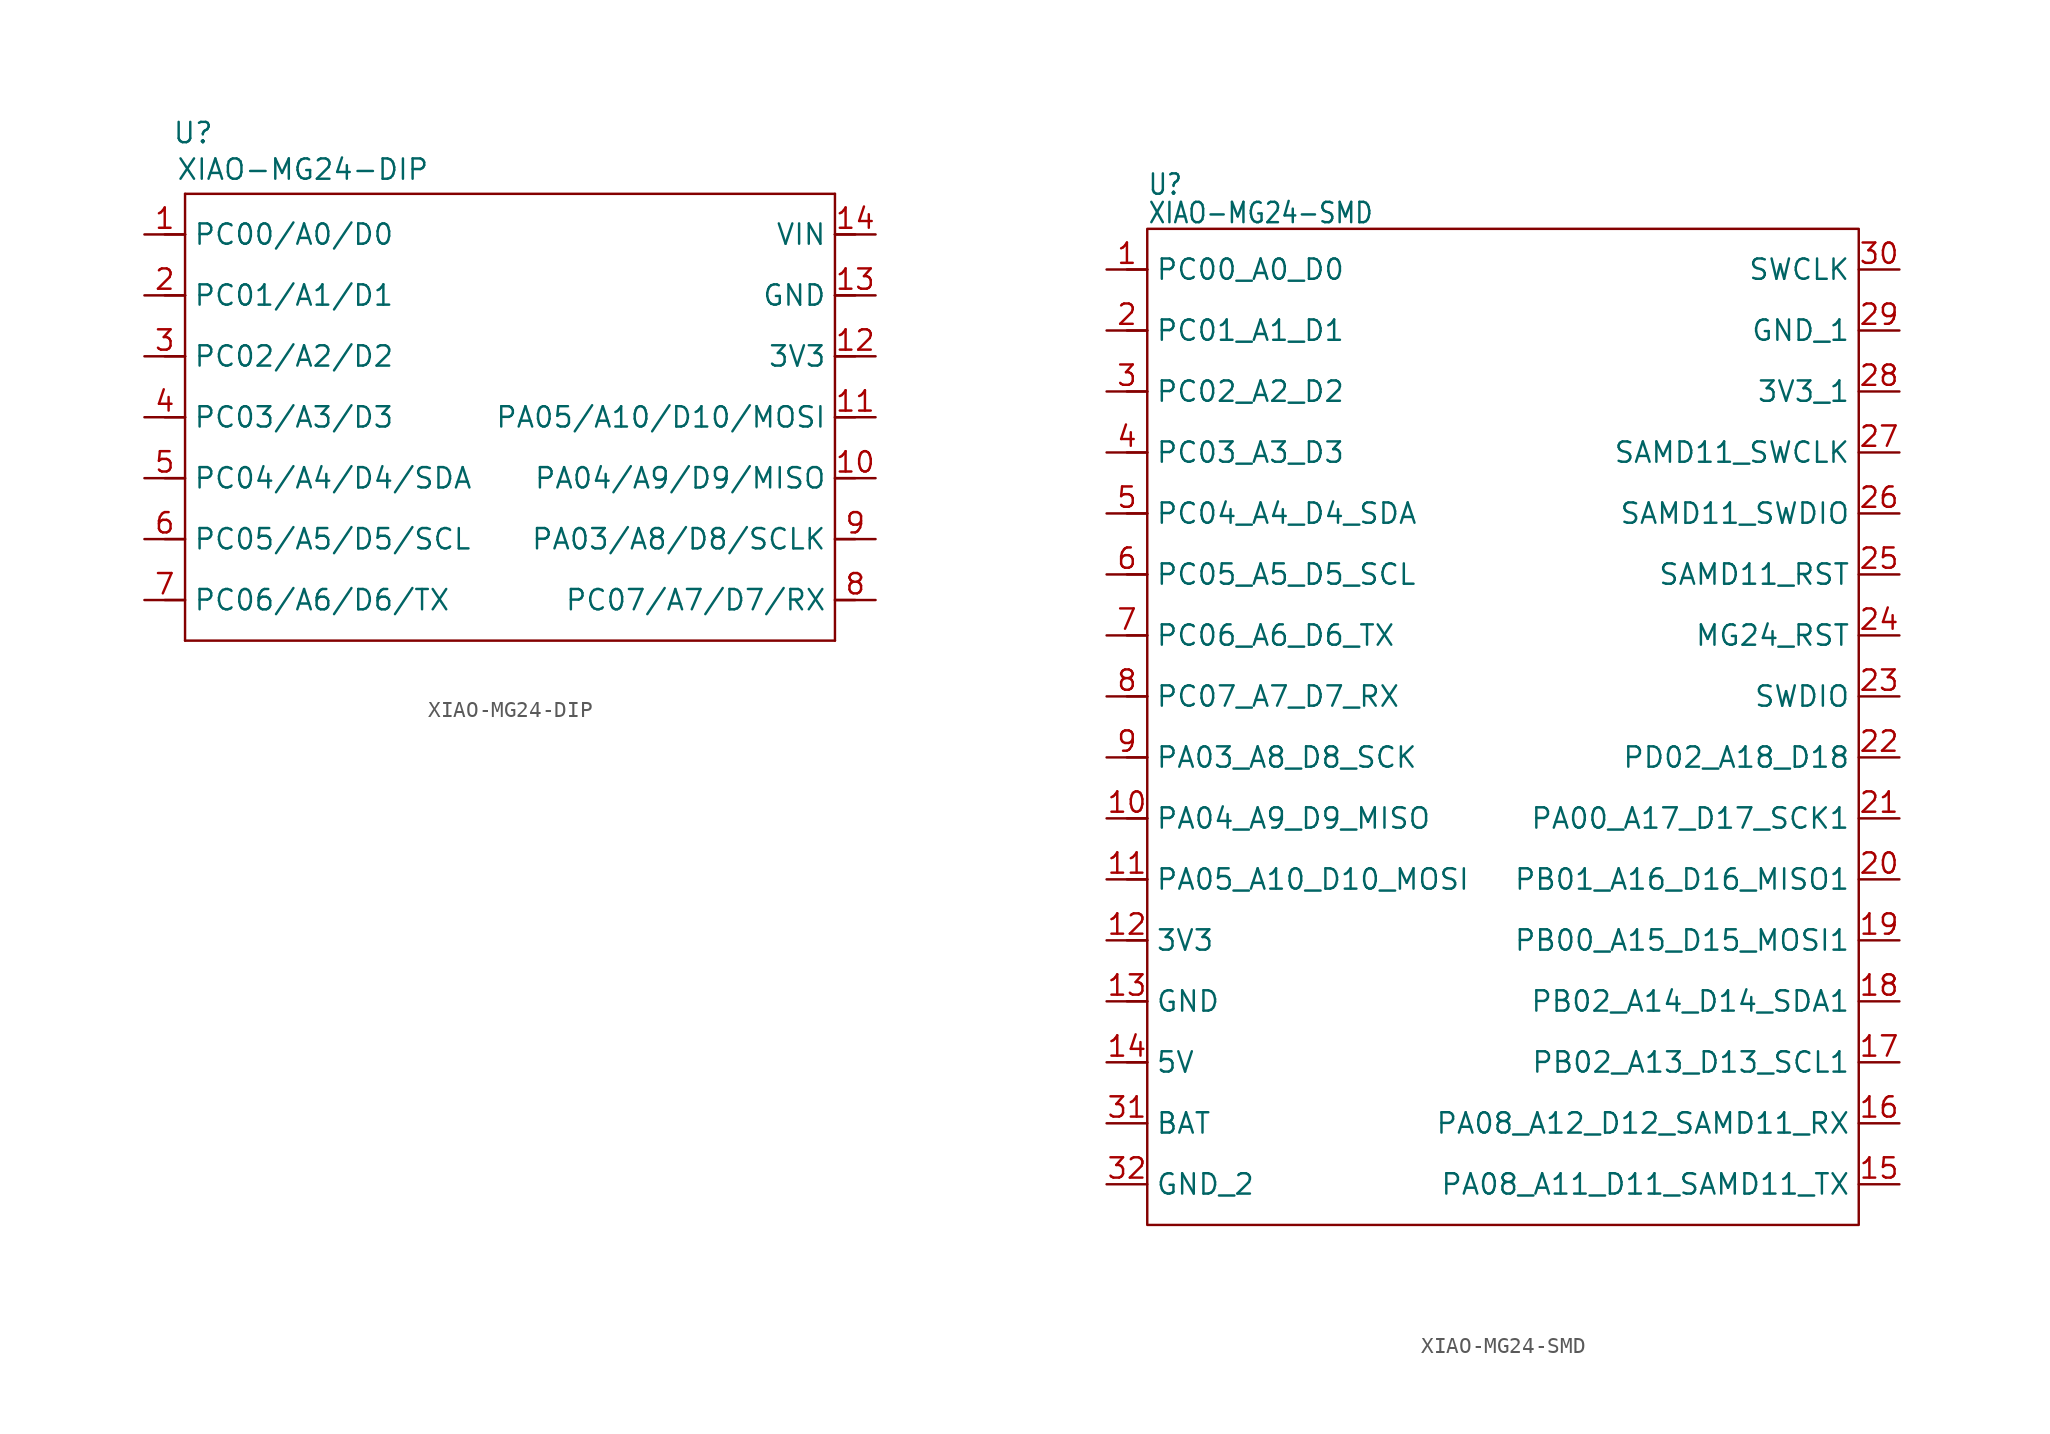
<source format=kicad_sym>
(kicad_symbol_lib
  (version 20241209)
  (generator "kicad_symbol_editor")
  (generator_version "9.0")
  (symbol "XIAO-MG24-DIP"
    (property "Reference" "U"
      (at 0.508 0 0)
      (effects (font (size 1.27 1.27))))
    (property "Value" "XIAO-MG24-DIP"
      (at 7.366 -2.286 0)
      (effects (font (size 1.27 1.27))))
    (symbol "XIAO-MG24-DIP_1_0"
      (polyline (pts (xy 0 -3.81) (xy 40.64 -3.81)) (stroke (width 0.152) (type solid)) (fill (type none)))
      (polyline (pts (xy 0 -6.35) (xy -1.27 -6.35)) (stroke (width 0.152) (type solid)) (fill (type none)))
      (polyline (pts (xy 0 -6.35) (xy 0 -3.81)) (stroke (width 0.152) (type solid)) (fill (type none)))
      (polyline (pts (xy 0 -10.16) (xy -1.27 -10.16)) (stroke (width 0.152) (type solid)) (fill (type none)))
      (polyline (pts (xy 0 -10.16) (xy 0 -6.35)) (stroke (width 0.152) (type solid)) (fill (type none)))
      (polyline (pts (xy 0 -13.97) (xy -1.27 -13.97)) (stroke (width 0.152) (type solid)) (fill (type none)))
      (polyline (pts (xy 0 -13.97) (xy 0 -10.16)) (stroke (width 0.152) (type solid)) (fill (type none)))
      (polyline (pts (xy 0 -17.78) (xy -1.27 -17.78)) (stroke (width 0.152) (type solid)) (fill (type none)))
      (polyline (pts (xy 0 -17.78) (xy 0 -13.97)) (stroke (width 0.152) (type solid)) (fill (type none)))
      (polyline (pts (xy 0 -21.59) (xy -1.27 -21.59)) (stroke (width 0.152) (type solid)) (fill (type none)))
      (polyline (pts (xy 0 -25.4) (xy -1.27 -25.4)) (stroke (width 0.152) (type solid)) (fill (type none)))
      (polyline (pts (xy 0 -29.21) (xy -1.27 -29.21)) (stroke (width 0.152) (type solid)) (fill (type none)))
      (polyline (pts (xy 0 -31.75) (xy 0 -17.78)) (stroke (width 0.152) (type solid)) (fill (type none)))
      (polyline (pts (xy 40.64 -3.81) (xy 40.64 -6.35)) (stroke (width 0.152) (type solid)) (fill (type none)))
      (polyline (pts (xy 40.64 -6.35) (xy 40.64 -10.16)) (stroke (width 0.152) (type solid)) (fill (type none)))
      (polyline (pts (xy 40.64 -10.16) (xy 40.64 -13.97)) (stroke (width 0.152) (type solid)) (fill (type none)))
      (polyline (pts (xy 40.64 -13.97) (xy 40.64 -31.75)) (stroke (width 0.152) (type solid)) (fill (type none)))
      (polyline (pts (xy 40.64 -31.75) (xy 0 -31.75)) (stroke (width 0.152) (type solid)) (fill (type none)))
      (polyline (pts (xy 41.91 -6.35) (xy 40.64 -6.35)) (stroke (width 0.152) (type solid)) (fill (type none)))
      (polyline (pts (xy 41.91 -10.16) (xy 40.64 -10.16)) (stroke (width 0.152) (type solid)) (fill (type none)))
      (polyline (pts (xy 41.91 -13.97) (xy 40.64 -13.97)) (stroke (width 0.152) (type solid)) (fill (type none)))
      (polyline (pts (xy 41.91 -17.78) (xy 40.64 -17.78)) (stroke (width 0.152) (type solid)) (fill (type none)))
      (polyline (pts (xy 41.91 -21.59) (xy 40.64 -21.59)) (stroke (width 0.152) (type solid)) (fill (type none)))
      (polyline (pts (xy 41.91 -25.4) (xy 40.64 -25.4)) (stroke (width 0.152) (type solid)) (fill (type none)))
      (polyline (pts (xy 41.91 -29.21) (xy 40.64 -29.21)) (stroke (width 0.152) (type solid)) (fill (type none)))
      (pin passive line (at -2.54 -6.35 0) (length 2.54) (name "PC00/A0/D0" (effects (font (size 1.27 1.27)))) (number "1" (effects (font (size 1.27 1.27)))))
      (pin passive line (at -2.54 -10.16 0) (length 2.54) (name "PC01/A1/D1" (effects (font (size 1.27 1.27)))) (number "2" (effects (font (size 1.27 1.27)))))
      (pin passive line (at -2.54 -13.97 0) (length 2.54) (name "PC02/A2/D2" (effects (font (size 1.27 1.27)))) (number "3" (effects (font (size 1.27 1.27)))))
      (pin passive line (at -2.54 -17.78 0) (length 2.54) (name "PC03/A3/D3" (effects (font (size 1.27 1.27)))) (number "4" (effects (font (size 1.27 1.27)))))
      (pin passive line (at -2.54 -21.59 0) (length 2.54) (name "PC04/A4/D4/SDA" (effects (font (size 1.27 1.27)))) (number "5" (effects (font (size 1.27 1.27)))))
      (pin passive line (at -2.54 -25.4 0) (length 2.54) (name "PC05/A5/D5/SCL" (effects (font (size 1.27 1.27)))) (number "6" (effects (font (size 1.27 1.27)))))
      (pin passive line (at -2.54 -29.21 0) (length 2.54) (name "PC06/A6/D6/TX" (effects (font (size 1.27 1.27)))) (number "7" (effects (font (size 1.27 1.27)))))
      (pin passive line (at 43.18 -6.35 180) (length 2.54) (name "VIN" (effects (font (size 1.27 1.27)))) (number "14" (effects (font (size 1.27 1.27)))))
      (pin passive line (at 43.18 -10.16 180) (length 2.54) (name "GND" (effects (font (size 1.27 1.27)))) (number "13" (effects (font (size 1.27 1.27)))))
      (pin passive line (at 43.18 -13.97 180) (length 2.54) (name "3V3" (effects (font (size 1.27 1.27)))) (number "12" (effects (font (size 1.27 1.27)))))
      (pin passive line (at 43.18 -17.78 180) (length 2.54) (name "PA05/A10/D10/MOSI" (effects (font (size 1.27 1.27)))) (number "11" (effects (font (size 1.27 1.27)))))
      (pin passive line (at 43.18 -21.59 180) (length 2.54) (name "PA04/A9/D9/MISO" (effects (font (size 1.27 1.27)))) (number "10" (effects (font (size 1.27 1.27)))))
      (pin passive line (at 43.18 -25.4 180) (length 2.54) (name "PA03/A8/D8/SCLK" (effects (font (size 1.27 1.27)))) (number "9" (effects (font (size 1.27 1.27)))))
      (pin passive line (at 43.18 -29.21 180) (length 2.54) (name "PC07/A7/D7/RX" (effects (font (size 1.27 1.27)))) (number "8" (effects (font (size 1.27 1.27)))))))
  (symbol "XIAO-MG24-SMD"
    (property "Reference" "U"
      (at -21.59 27.432 0)
      (effects (font (size 1.27 1.079)) (justify left bottom)))
    (property "Value" "XIAO-MG24-SMD"
      (at -21.59 25.654 0)
      (effects (font (size 1.27 1.079)) (justify left bottom)))
    (symbol "XIAO-MG24-SMD_0_1"
      (rectangle (start -21.59 25.4) (end 22.86 -36.83) (stroke (width 0) (type default)) (fill (type none))))
    (symbol "XIAO-MG24-SMD_1_0"
      (polyline (pts (xy -22.86 -3.81) (xy -21.59 -3.81)) (stroke (width 0.152) (type solid)) (fill (type none)))
      (polyline (pts (xy -22.86 -7.62) (xy -21.59 -7.62)) (stroke (width 0.152) (type solid)) (fill (type none)))
      (polyline (pts (xy -22.86 -11.43) (xy -21.59 -11.43)) (stroke (width 0.152) (type solid)) (fill (type none)))
      (polyline (pts (xy -22.86 -15.24) (xy -21.59 -15.24)) (stroke (width 0.152) (type solid)) (fill (type none)))
      (polyline (pts (xy -22.86 -19.05) (xy -21.59 -19.05)) (stroke (width 0.152) (type solid)) (fill (type none)))
      (polyline (pts (xy -22.86 -22.86) (xy -21.59 -22.86)) (stroke (width 0.152) (type solid)) (fill (type none)))
      (polyline (pts (xy -22.86 -26.67) (xy -21.59 -26.67)) (stroke (width 0.152) (type solid)) (fill (type none)))
      (polyline (pts (xy -21.59 22.86) (xy -22.86 22.86)) (stroke (width 0.152) (type solid)) (fill (type none)))
      (polyline (pts (xy -21.59 19.05) (xy -22.86 19.05)) (stroke (width 0.152) (type solid)) (fill (type none)))
      (polyline (pts (xy -21.59 15.24) (xy -22.86 15.24)) (stroke (width 0.152) (type solid)) (fill (type none)))
      (polyline (pts (xy -21.59 11.43) (xy -22.86 11.43)) (stroke (width 0.152) (type solid)) (fill (type none)))
      (polyline (pts (xy -21.59 7.62) (xy -22.86 7.62)) (stroke (width 0.152) (type solid)) (fill (type none)))
      (polyline (pts (xy -21.59 3.81) (xy -22.86 3.81)) (stroke (width 0.152) (type solid)) (fill (type none)))
      (polyline (pts (xy -21.59 0) (xy -22.86 0)) (stroke (width 0.152) (type solid)) (fill (type none)))
      (pin passive line (at -24.13 22.86 0) (length 2.54) (name "PC00_A0_D0" (effects (font (size 1.27 1.27)))) (number "1" (effects (font (size 1.27 1.27)))))
      (pin passive line (at -24.13 19.05 0) (length 2.54) (name "PC01_A1_D1" (effects (font (size 1.27 1.27)))) (number "2" (effects (font (size 1.27 1.27)))))
      (pin passive line (at -24.13 15.24 0) (length 2.54) (name "PC02_A2_D2" (effects (font (size 1.27 1.27)))) (number "3" (effects (font (size 1.27 1.27)))))
      (pin passive line (at -24.13 11.43 0) (length 2.54) (name "PC03_A3_D3" (effects (font (size 1.27 1.27)))) (number "4" (effects (font (size 1.27 1.27)))))
      (pin passive line (at -24.13 7.62 0) (length 2.54) (name "PC04_A4_D4_SDA" (effects (font (size 1.27 1.27)))) (number "5" (effects (font (size 1.27 1.27)))))
      (pin passive line (at -24.13 3.81 0) (length 2.54) (name "PC05_A5_D5_SCL" (effects (font (size 1.27 1.27)))) (number "6" (effects (font (size 1.27 1.27)))))
      (pin passive line (at -24.13 0 0) (length 2.54) (name "PC06_A6_D6_TX" (effects (font (size 1.27 1.27)))) (number "7" (effects (font (size 1.27 1.27)))))
      (pin passive line (at -24.13 -3.81 0) (length 2.54) (name "PC07_A7_D7_RX" (effects (font (size 1.27 1.27)))) (number "8" (effects (font (size 1.27 1.27)))))
      (pin passive line (at -24.13 -7.62 0) (length 2.54) (name "PA03_A8_D8_SCK" (effects (font (size 1.27 1.27)))) (number "9" (effects (font (size 1.27 1.27)))))
      (pin passive line (at -24.13 -11.43 0) (length 2.54) (name "PA04_A9_D9_MISO" (effects (font (size 1.27 1.27)))) (number "10" (effects (font (size 1.27 1.27)))))
      (pin passive line (at -24.13 -15.24 0) (length 2.54) (name "PA05_A10_D10_MOSI" (effects (font (size 1.27 1.27)))) (number "11" (effects (font (size 1.27 1.27)))))
      (pin passive line (at -24.13 -19.05 0) (length 2.54) (name "3V3" (effects (font (size 1.27 1.27)))) (number "12" (effects (font (size 1.27 1.27)))))
      (pin passive line (at -24.13 -22.86 0) (length 2.54) (name "GND" (effects (font (size 1.27 1.27)))) (number "13" (effects (font (size 1.27 1.27)))))
      (pin passive line (at -24.13 -26.67 0) (length 2.54) (name "5V" (effects (font (size 1.27 1.27)))) (number "14" (effects (font (size 1.27 1.27))))))
    (symbol "XIAO-MG24-SMD_1_1"
      (pin passive line (at -24.13 -30.48 0) (length 2.54) (name "BAT" (effects (font (size 1.27 1.27)))) (number "31" (effects (font (size 1.27 1.27)))))
      (pin passive line (at -24.13 -34.29 0) (length 2.54) (name "GND_2" (effects (font (size 1.27 1.27)))) (number "32" (effects (font (size 1.27 1.27)))))
      (pin passive line (at 25.4 22.86 180) (length 2.54) (name "SWCLK" (effects (font (size 1.27 1.27)))) (number "30" (effects (font (size 1.27 1.27)))))
      (pin passive line (at 25.4 19.05 180) (length 2.54) (name "GND_1" (effects (font (size 1.27 1.27)))) (number "29" (effects (font (size 1.27 1.27)))))
      (pin passive line (at 25.4 15.24 180) (length 2.54) (name "3V3_1" (effects (font (size 1.27 1.27)))) (number "28" (effects (font (size 1.27 1.27)))))
      (pin passive line (at 25.4 11.43 180) (length 2.54) (name "SAMD11_SWCLK" (effects (font (size 1.27 1.27)))) (number "27" (effects (font (size 1.27 1.27)))))
      (pin passive line (at 25.4 7.62 180) (length 2.54) (name "SAMD11_SWDIO" (effects (font (size 1.27 1.27)))) (number "26" (effects (font (size 1.27 1.27)))))
      (pin passive line (at 25.4 3.81 180) (length 2.54) (name "SAMD11_RST" (effects (font (size 1.27 1.27)))) (number "25" (effects (font (size 1.27 1.27)))))
      (pin passive line (at 25.4 0 180) (length 2.54) (name "MG24_RST" (effects (font (size 1.27 1.27)))) (number "24" (effects (font (size 1.27 1.27)))))
      (pin passive line (at 25.4 -3.81 180) (length 2.54) (name "SWDIO" (effects (font (size 1.27 1.27)))) (number "23" (effects (font (size 1.27 1.27)))))
      (pin passive line (at 25.4 -7.62 180) (length 2.54) (name "PD02_A18_D18" (effects (font (size 1.27 1.27)))) (number "22" (effects (font (size 1.27 1.27)))))
      (pin passive line (at 25.4 -11.43 180) (length 2.54) (name "PA00_A17_D17_SCK1" (effects (font (size 1.27 1.27)))) (number "21" (effects (font (size 1.27 1.27)))))
      (pin passive line (at 25.4 -15.24 180) (length 2.54) (name "PB01_A16_D16_MISO1" (effects (font (size 1.27 1.27)))) (number "20" (effects (font (size 1.27 1.27)))))
      (pin passive line (at 25.4 -19.05 180) (length 2.54) (name "PB00_A15_D15_MOSI1" (effects (font (size 1.27 1.27)))) (number "19" (effects (font (size 1.27 1.27)))))
      (pin passive line (at 25.4 -22.86 180) (length 2.54) (name "PB02_A14_D14_SDA1" (effects (font (size 1.27 1.27)))) (number "18" (effects (font (size 1.27 1.27)))))
      (pin passive line (at 25.4 -26.67 180) (length 2.54) (name "PB02_A13_D13_SCL1" (effects (font (size 1.27 1.27)))) (number "17" (effects (font (size 1.27 1.27)))))
      (pin passive line (at 25.4 -30.48 180) (length 2.54) (name "PA08_A12_D12_SAMD11_RX" (effects (font (size 1.27 1.27)))) (number "16" (effects (font (size 1.27 1.27)))))
      (pin passive line (at 25.4 -34.29 180) (length 2.54) (name "PA08_A11_D11_SAMD11_TX" (effects (font (size 1.27 1.27)))) (number "15" (effects (font (size 1.27 1.27))))))))
</source>
